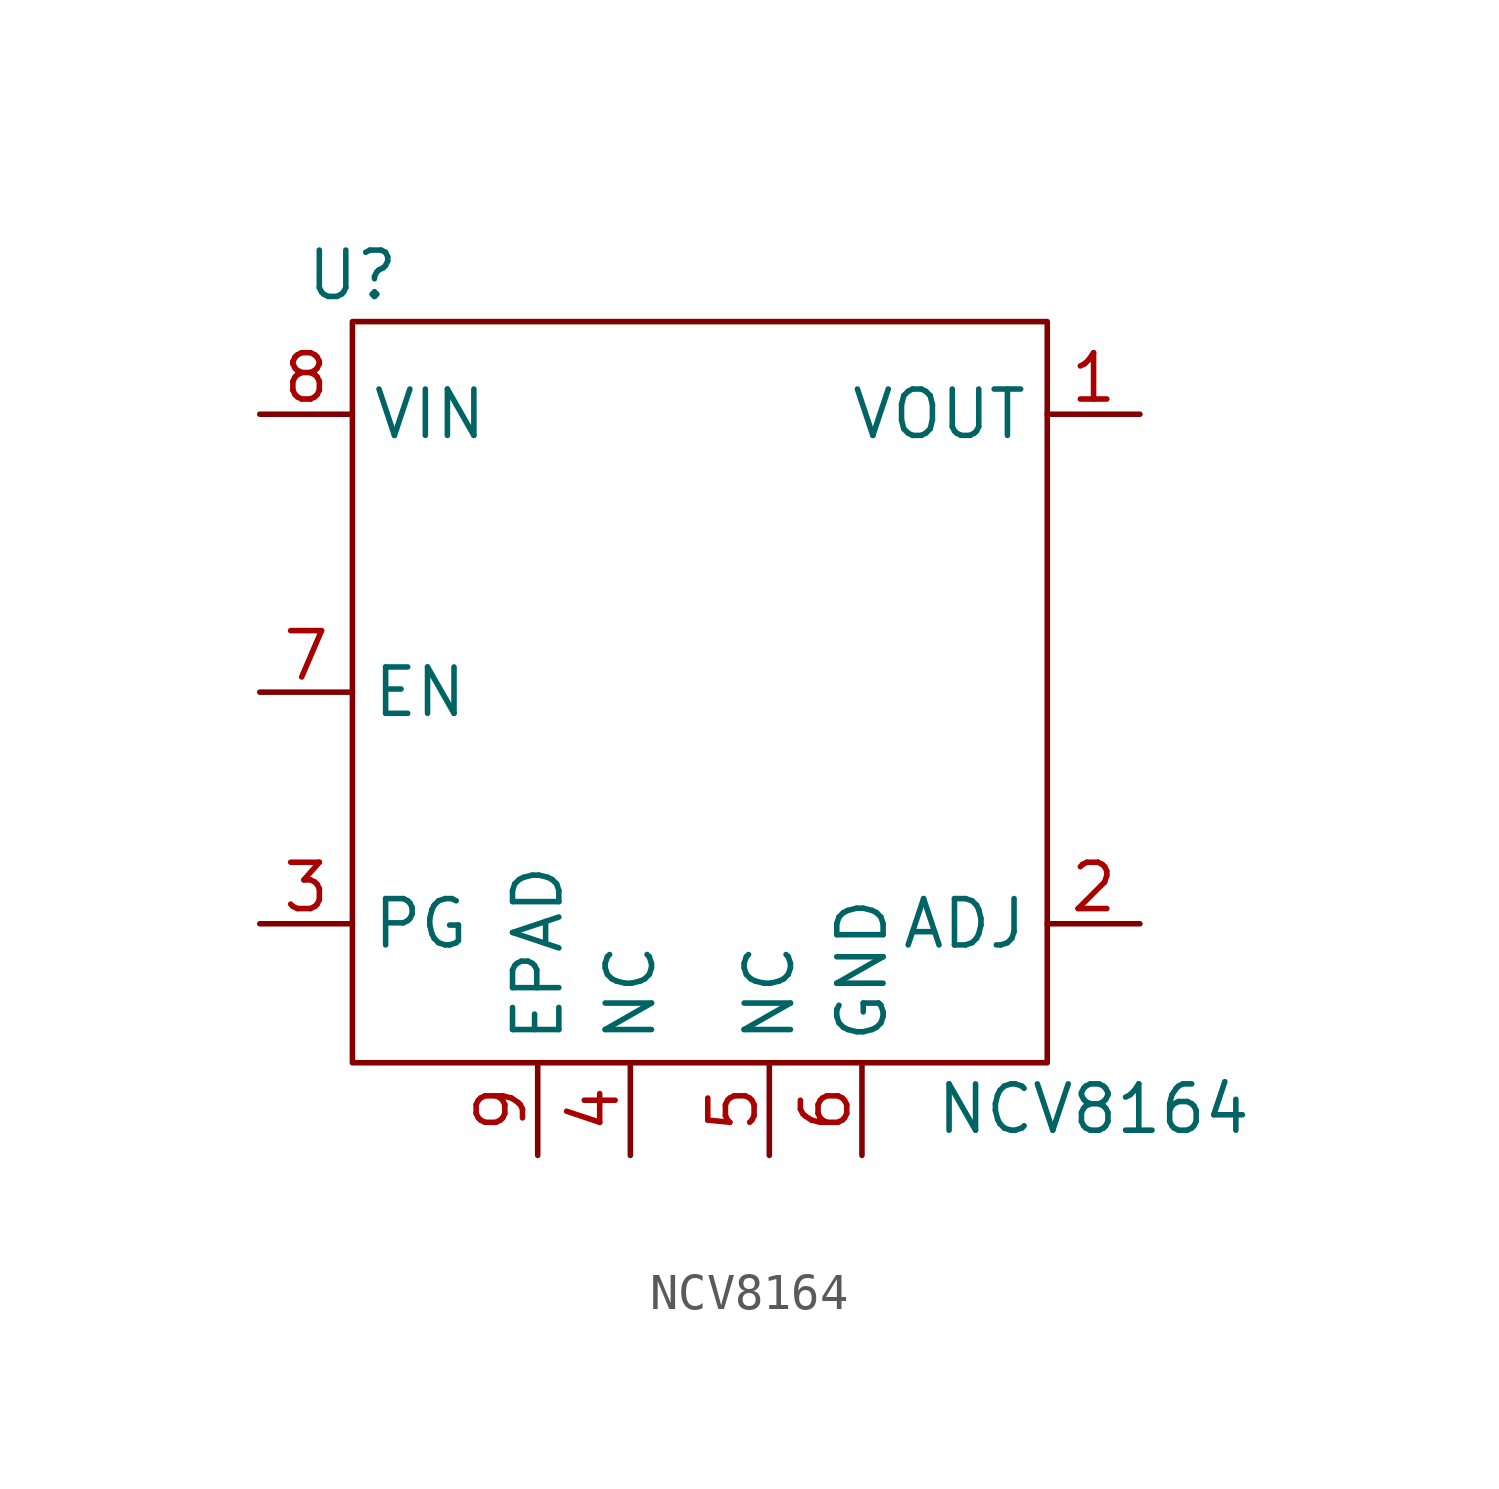
<source format=kicad_sym>
(kicad_symbol_lib
  (version 20211014)
  (generator kicad_symbol_editor)
  (symbol "NCV8164"
    (property "Reference" "U"
      (at 0 1.27 0)
      (effects (font (size 1.27 1.27))))
    (property "Value" "NCV8164"
      (at 20.32 -21.59 0)
      (effects (font (size 1.27 1.27))))
    (symbol "NCV8164_0_1"
      (rectangle (start 0 0) (end 19.05 -20.32) (stroke (width 0) (type default) (color 0 0 0 0)) (fill (type none))))
    (symbol "NCV8164_1_1"
      (pin power_in line (at 21.59 -2.54 180) (length 2.54) (name "VOUT" (effects (font (size 1.27 1.27)))) (number "1" (effects (font (size 1.27 1.27)))))
      (pin input line (at 21.59 -16.51 180) (length 2.54) (name "ADJ" (effects (font (size 1.27 1.27)))) (number "2" (effects (font (size 1.27 1.27)))))
      (pin open_collector line (at -2.54 -16.51 0) (length 2.54) (name "PG" (effects (font (size 1.27 1.27)))) (number "3" (effects (font (size 1.27 1.27)))))
      (pin passive line (at 7.62 -22.86 90) (length 2.54) (name "NC" (effects (font (size 1.27 1.27)))) (number "4" (effects (font (size 1.27 1.27)))))
      (pin passive line (at 11.43 -22.86 90) (length 2.54) (name "NC" (effects (font (size 1.27 1.27)))) (number "5" (effects (font (size 1.27 1.27)))))
      (pin power_in line (at 13.97 -22.86 90) (length 2.54) (name "GND" (effects (font (size 1.27 1.27)))) (number "6" (effects (font (size 1.27 1.27)))))
      (pin input line (at -2.54 -10.16 0) (length 2.54) (name "EN" (effects (font (size 1.27 1.27)))) (number "7" (effects (font (size 1.27 1.27)))))
      (pin power_in line (at -2.54 -2.54 0) (length 2.54) (name "VIN" (effects (font (size 1.27 1.27)))) (number "8" (effects (font (size 1.27 1.27)))))
      (pin passive line (at 5.08 -22.86 90) (length 2.54) (name "EPAD" (effects (font (size 1.27 1.27)))) (number "9" (effects (font (size 1.27 1.27))))))))
</source>
